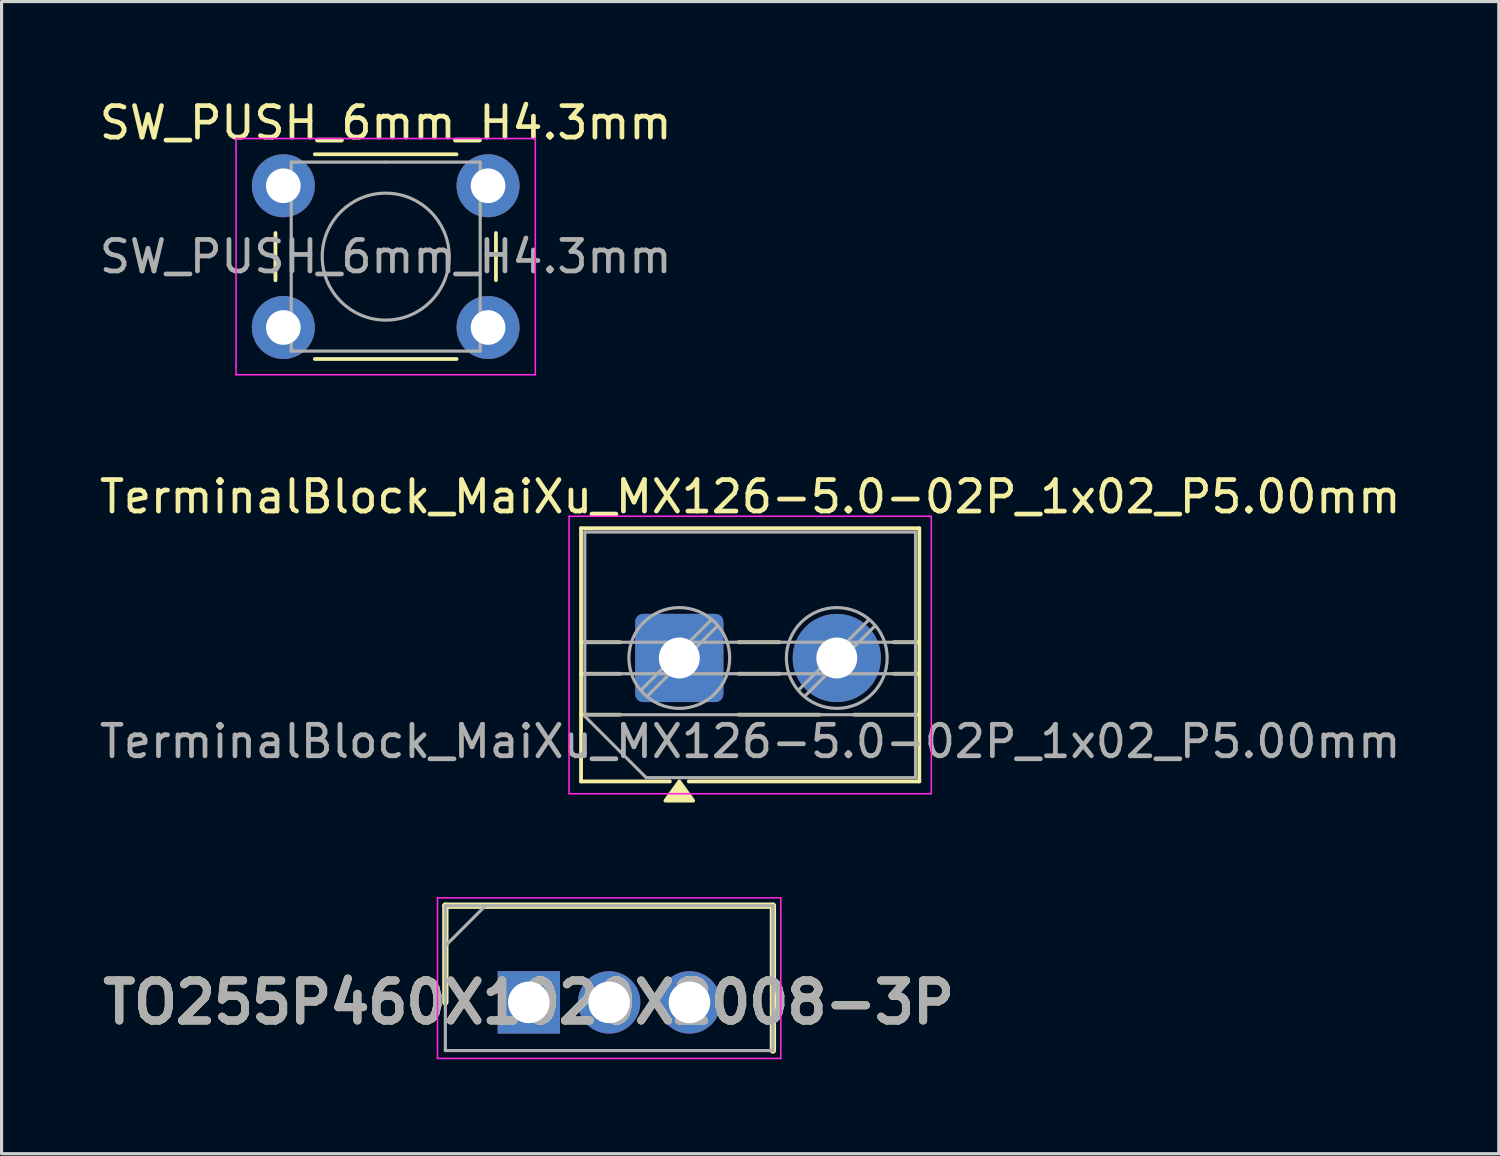
<source format=kicad_pcb>
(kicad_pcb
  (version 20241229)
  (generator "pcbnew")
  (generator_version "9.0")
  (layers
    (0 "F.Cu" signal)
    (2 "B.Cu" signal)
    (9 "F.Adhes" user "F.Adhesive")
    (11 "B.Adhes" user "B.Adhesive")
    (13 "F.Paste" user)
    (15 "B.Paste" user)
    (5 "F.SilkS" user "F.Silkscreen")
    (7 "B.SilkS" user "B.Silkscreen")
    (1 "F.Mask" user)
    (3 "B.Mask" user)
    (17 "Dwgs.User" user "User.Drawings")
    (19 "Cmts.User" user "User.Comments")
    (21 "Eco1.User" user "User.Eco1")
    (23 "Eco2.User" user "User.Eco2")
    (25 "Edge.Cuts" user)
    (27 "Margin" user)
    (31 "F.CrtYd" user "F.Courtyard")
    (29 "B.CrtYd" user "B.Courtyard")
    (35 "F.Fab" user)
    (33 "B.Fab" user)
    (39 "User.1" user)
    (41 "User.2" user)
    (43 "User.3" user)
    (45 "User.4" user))
  (footprint "TO255P460X1020X2008-3P"
    (layer "F.Cu")
    (at 13.74 28.776)
    (property "Reference" "TO255P460X1020X2008-3P" (at 0 0 0) (layer "F.SilkS") (effects (font (size 1.27 1.27) (thickness 0.254))))
    (attr through_hole)
    (fp_line (start -2.65 -3.07) (end -2.65 0) (stroke (width 0.2) (type solid)) (layer "F.SilkS"))
    (fp_line (start 7.75 -3.07) (end -2.65 -3.07) (stroke (width 0.2) (type solid)) (layer "F.SilkS"))
    (fp_line (start 7.75 1.53) (end 7.75 -3.07) (stroke (width 0.2) (type solid)) (layer "F.SilkS"))
    (fp_line (start -2.9 -3.32) (end 8 -3.32) (stroke (width 0.05) (type solid)) (layer "F.CrtYd"))
    (fp_line (start -2.9 1.78) (end -2.9 -3.32) (stroke (width 0.05) (type solid)) (layer "F.CrtYd"))
    (fp_line (start 8 -3.32) (end 8 1.78) (stroke (width 0.05) (type solid)) (layer "F.CrtYd"))
    (fp_line (start 8 1.78) (end -2.9 1.78) (stroke (width 0.05) (type solid)) (layer "F.CrtYd"))
    (fp_line (start -2.65 -3.07) (end 7.75 -3.07) (stroke (width 0.1) (type solid)) (layer "F.Fab"))
    (fp_line (start -2.65 -1.795) (end -1.375 -3.07) (stroke (width 0.1) (type solid)) (layer "F.Fab"))
    (fp_line (start -2.65 1.53) (end -2.65 -3.07) (stroke (width 0.1) (type solid)) (layer "F.Fab"))
    (fp_line (start 7.75 -3.07) (end 7.75 1.53) (stroke (width 0.1) (type solid)) (layer "F.Fab"))
    (fp_line (start 7.75 1.53) (end -2.65 1.53) (stroke (width 0.1) (type solid)) (layer "F.Fab"))
    (fp_text user "${REFERENCE}" (at 0 0 0) (layer "F.Fab") (effects (font (size 1.27 1.27) (thickness 0.254))))
    (pad "1" thru_hole rect (at 0 0) (size 1.98 1.98) (drill 1.32) (layers "*.Cu" "*.Mask"))
    (pad "2" thru_hole circle (at 2.55 0) (size 1.98 1.98) (drill 1.32) (layers "*.Cu" "*.Mask"))
    (pad "3" thru_hole circle (at 5.1 0) (size 1.98 1.98) (drill 1.32) (layers "*.Cu" "*.Mask")))
  (footprint "SW_PUSH_6mm_H4.3mm"
    (layer "F.Cu")
    (at 5.946 2.848)
    (property "Reference" "SW_PUSH_6mm_H4.3mm" (at 3.25 -2 180) (layer "F.SilkS") (effects (font (size 1 1) (thickness 0.15))))
    (attr through_hole)
    (fp_line (start -0.25 1.5) (end -0.25 3) (stroke (width 0.12) (type solid)) (layer "F.SilkS"))
    (fp_line (start 1 5.5) (end 5.5 5.5) (stroke (width 0.12) (type solid)) (layer "F.SilkS"))
    (fp_line (start 5.5 -1) (end 1 -1) (stroke (width 0.12) (type solid)) (layer "F.SilkS"))
    (fp_line (start 6.75 3) (end 6.75 1.5) (stroke (width 0.12) (type solid)) (layer "F.SilkS"))
    (fp_line (start -1.5 -1.5) (end -1.25 -1.5) (stroke (width 0.05) (type solid)) (layer "F.CrtYd"))
    (fp_line (start -1.5 -1.25) (end -1.5 -1.5) (stroke (width 0.05) (type solid)) (layer "F.CrtYd"))
    (fp_line (start -1.5 5.75) (end -1.5 -1.25) (stroke (width 0.05) (type solid)) (layer "F.CrtYd"))
    (fp_line (start -1.5 5.75) (end -1.5 6) (stroke (width 0.05) (type solid)) (layer "F.CrtYd"))
    (fp_line (start -1.5 6) (end -1.25 6) (stroke (width 0.05) (type solid)) (layer "F.CrtYd"))
    (fp_line (start -1.25 -1.5) (end 7.75 -1.5) (stroke (width 0.05) (type solid)) (layer "F.CrtYd"))
    (fp_line (start 7.75 -1.5) (end 8 -1.5) (stroke (width 0.05) (type solid)) (layer "F.CrtYd"))
    (fp_line (start 7.75 6) (end -1.25 6) (stroke (width 0.05) (type solid)) (layer "F.CrtYd"))
    (fp_line (start 7.75 6) (end 8 6) (stroke (width 0.05) (type solid)) (layer "F.CrtYd"))
    (fp_line (start 8 -1.5) (end 8 -1.25) (stroke (width 0.05) (type solid)) (layer "F.CrtYd"))
    (fp_line (start 8 -1.25) (end 8 5.75) (stroke (width 0.05) (type solid)) (layer "F.CrtYd"))
    (fp_line (start 8 6) (end 8 5.75) (stroke (width 0.05) (type solid)) (layer "F.CrtYd"))
    (fp_line (start 0.25 -0.75) (end 3.25 -0.75) (stroke (width 0.1) (type solid)) (layer "F.Fab"))
    (fp_line (start 0.25 5.25) (end 0.25 -0.75) (stroke (width 0.1) (type solid)) (layer "F.Fab"))
    (fp_line (start 3.25 -0.75) (end 6.25 -0.75) (stroke (width 0.1) (type solid)) (layer "F.Fab"))
    (fp_line (start 6.25 -0.75) (end 6.25 5.25) (stroke (width 0.1) (type solid)) (layer "F.Fab"))
    (fp_line (start 6.25 5.25) (end 0.25 5.25) (stroke (width 0.1) (type solid)) (layer "F.Fab"))
    (fp_circle (center 3.25 2.25) (end 1.25 2.5) (stroke (width 0.1) (type solid)) (fill no) (layer "F.Fab"))
    (fp_text user "${REFERENCE}" (at 3.25 2.25 180) (layer "F.Fab") (effects (font (size 1 1) (thickness 0.15))))
    (pad "1" thru_hole circle (at 0 0 90) (size 2 2) (drill 1.1) (layers "*.Cu" "*.Mask"))
    (pad "1" thru_hole circle (at 6.5 0 90) (size 2 2) (drill 1.1) (layers "*.Cu" "*.Mask"))
    (pad "2" thru_hole circle (at 0 4.5 90) (size 2 2) (drill 1.1) (layers "*.Cu" "*.Mask"))
    (pad "2" thru_hole circle (at 6.5 4.5 90) (size 2 2) (drill 1.1) (layers "*.Cu" "*.Mask")))
  (footprint "TerminalBlock_MaiXu_MX126-5.0-02P_1x02_P5.00mm"
    (layer "F.Cu")
    (at 18.518 17.841)
    (property "Reference" "TerminalBlock_MaiXu_MX126-5.0-02P_1x02_P5.00mm" (at 2.25 -5.12 180) (layer "F.SilkS") (effects (font (size 1 1) (thickness 0.15))))
    (attr through_hole)
    (fp_line (start -3.12 -4.12) (end 7.62 -4.12) (stroke (width 0.12) (type solid)) (layer "F.SilkS"))
    (fp_line (start -3.12 -0.5) (end -1.88 -0.5) (stroke (width 0.12) (type solid)) (layer "F.SilkS"))
    (fp_line (start -3.12 0.5) (end -1.88 0.5) (stroke (width 0.12) (type solid)) (layer "F.SilkS"))
    (fp_line (start -3.12 1.8) (end -1.88 1.8) (stroke (width 0.12) (type solid)) (layer "F.SilkS"))
    (fp_line (start -3.12 3.92) (end -3.12 -4.12) (stroke (width 0.12) (type solid)) (layer "F.SilkS"))
    (fp_line (start -0.3 3.92) (end -3.12 3.92) (stroke (width 0.12) (type solid)) (layer "F.SilkS"))
    (fp_line (start 1.88 -0.5) (end 3.188 -0.5) (stroke (width 0.12) (type solid)) (layer "F.SilkS"))
    (fp_line (start 1.88 0.5) (end 3.188 0.5) (stroke (width 0.12) (type solid)) (layer "F.SilkS"))
    (fp_line (start 1.88 1.8) (end 4.457 1.8) (stroke (width 0.12) (type solid)) (layer "F.SilkS"))
    (fp_line (start 5.543 1.8) (end 7.62 1.8) (stroke (width 0.12) (type solid)) (layer "F.SilkS"))
    (fp_line (start 6.812 -0.5) (end 7.62 -0.5) (stroke (width 0.12) (type solid)) (layer "F.SilkS"))
    (fp_line (start 6.812 0.5) (end 7.62 0.5) (stroke (width 0.12) (type solid)) (layer "F.SilkS"))
    (fp_line (start 7.62 -4.12) (end 7.62 3.92) (stroke (width 0.12) (type solid)) (layer "F.SilkS"))
    (fp_line (start 7.62 3.92) (end 0.3 3.92) (stroke (width 0.12) (type solid)) (layer "F.SilkS"))
    (fp_poly (pts (xy 0 3.92) (xy 0.44 4.53) (xy -0.44 4.53)) (stroke (width 0.12) (type solid)) (fill yes) (layer "F.SilkS"))
    (fp_line (start -3.5 -4.5) (end -3.5 4.31) (stroke (width 0.05) (type solid)) (layer "F.CrtYd"))
    (fp_line (start -3.5 4.31) (end 8 4.31) (stroke (width 0.05) (type solid)) (layer "F.CrtYd"))
    (fp_line (start 8 -4.5) (end -3.5 -4.5) (stroke (width 0.05) (type solid)) (layer "F.CrtYd"))
    (fp_line (start 8 4.31) (end 8 -4.5) (stroke (width 0.05) (type solid)) (layer "F.CrtYd"))
    (fp_line (start -3 -4) (end 7.5 -4) (stroke (width 0.1) (type solid)) (layer "F.Fab"))
    (fp_line (start -3 -0.5) (end 7.5 -0.5) (stroke (width 0.1) (type solid)) (layer "F.Fab"))
    (fp_line (start -3 0.5) (end 7.5 0.5) (stroke (width 0.1) (type solid)) (layer "F.Fab"))
    (fp_line (start -3 1.8) (end 7.5 1.8) (stroke (width 0.1) (type solid)) (layer "F.Fab"))
    (fp_line (start -3 1.85) (end -3 -4) (stroke (width 0.1) (type solid)) (layer "F.Fab"))
    (fp_line (start -1.05 3.8) (end -3 1.85) (stroke (width 0.1) (type solid)) (layer "F.Fab"))
    (fp_line (start 1.018 -1.213) (end -1.213 1.018) (stroke (width 0.1) (type solid)) (layer "F.Fab"))
    (fp_line (start 1.213 -1.018) (end -1.018 1.213) (stroke (width 0.1) (type solid)) (layer "F.Fab"))
    (fp_line (start 6.018 -1.213) (end 3.787 1.018) (stroke (width 0.1) (type solid)) (layer "F.Fab"))
    (fp_line (start 6.213 -1.018) (end 3.982 1.213) (stroke (width 0.1) (type solid)) (layer "F.Fab"))
    (fp_line (start 7.5 -4) (end 7.5 3.8) (stroke (width 0.1) (type solid)) (layer "F.Fab"))
    (fp_line (start 7.5 3.8) (end -1.05 3.8) (stroke (width 0.1) (type solid)) (layer "F.Fab"))
    (fp_circle (center 0 0) (end 1.6 0) (stroke (width 0.1) (type solid)) (fill no) (layer "F.Fab"))
    (fp_circle (center 5 0) (end 6.6 0) (stroke (width 0.1) (type solid)) (fill no) (layer "F.Fab"))
    (fp_text user "${REFERENCE}" (at 2.25 2.65 180) (layer "F.Fab") (effects (font (size 1 1) (thickness 0.15))))
    (pad "1" thru_hole roundrect (at 0 0) (size 2.8 2.8) (drill 1.3) (layers "*.Cu" "*.Mask") (roundrect_rratio 0.089))
    (pad "2" thru_hole circle (at 5 0) (size 2.8 2.8) (drill 1.3) (layers "*.Cu" "*.Mask")))
  (gr_rect
    (start -3 -3)
    (end 44.536 33.581)
    (stroke (width 0.1) (type default))
    (fill no)
    (layer "Edge.Cuts")))
</source>
